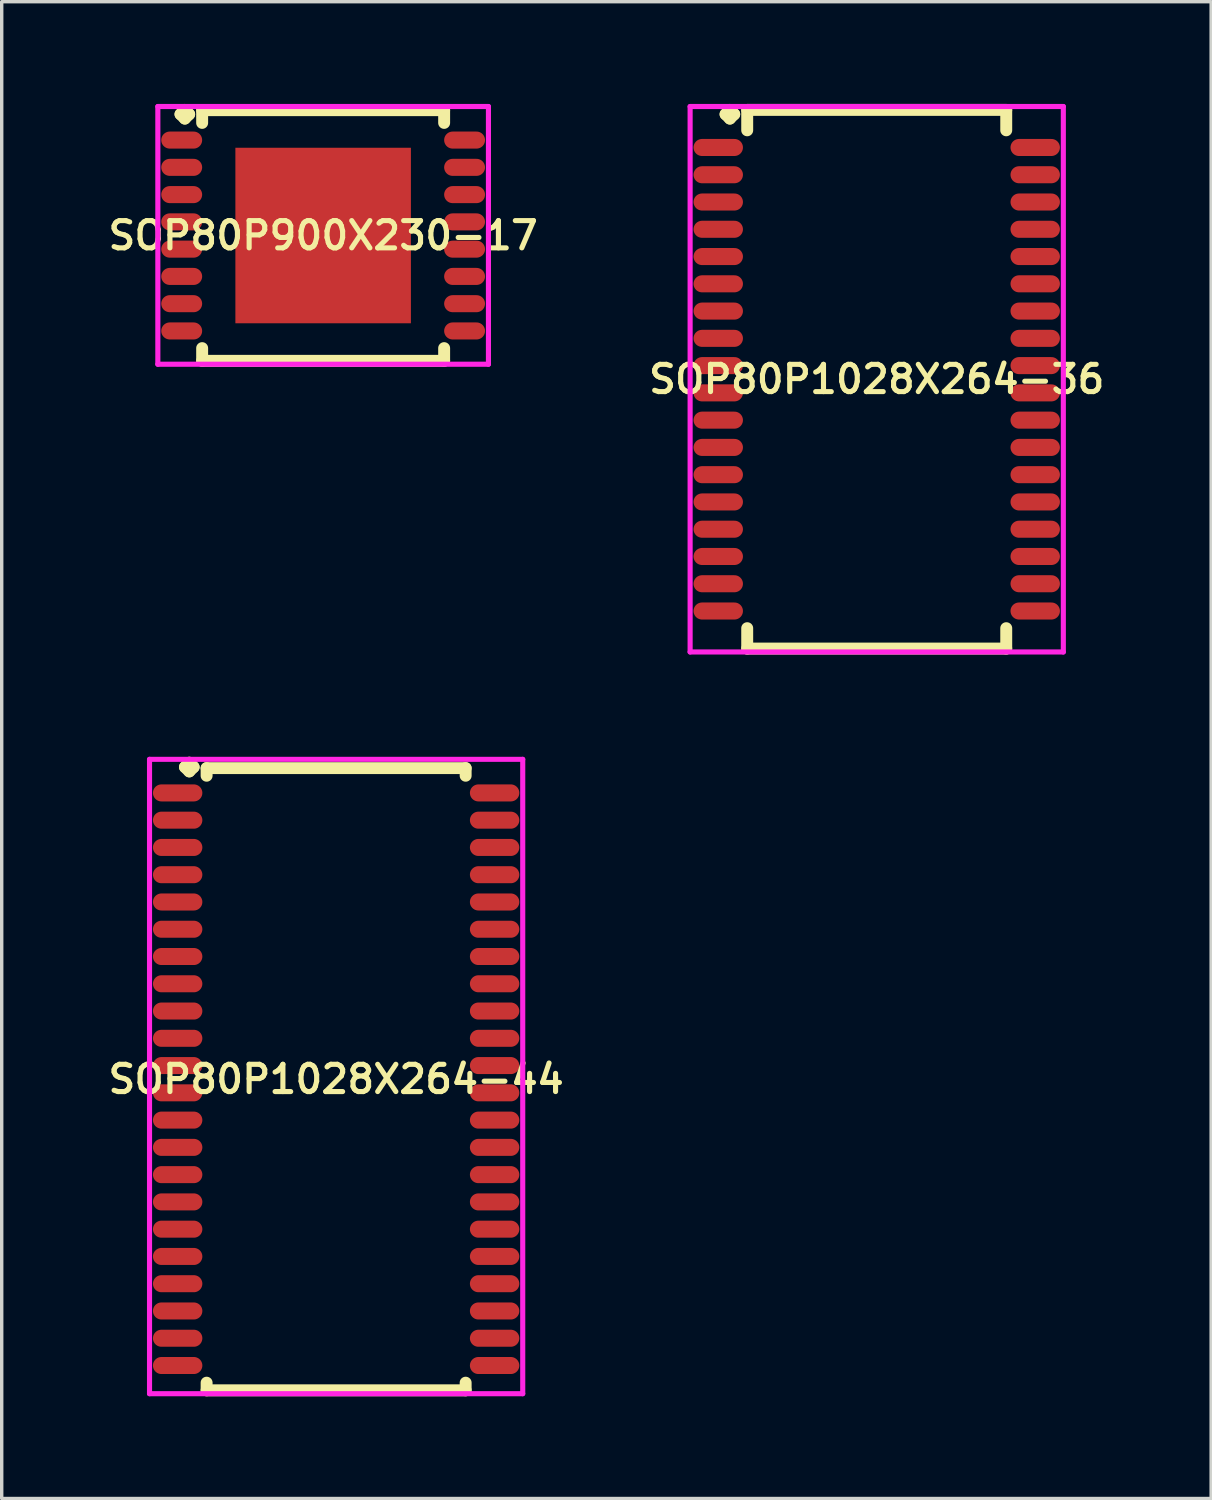
<source format=kicad_pcb>
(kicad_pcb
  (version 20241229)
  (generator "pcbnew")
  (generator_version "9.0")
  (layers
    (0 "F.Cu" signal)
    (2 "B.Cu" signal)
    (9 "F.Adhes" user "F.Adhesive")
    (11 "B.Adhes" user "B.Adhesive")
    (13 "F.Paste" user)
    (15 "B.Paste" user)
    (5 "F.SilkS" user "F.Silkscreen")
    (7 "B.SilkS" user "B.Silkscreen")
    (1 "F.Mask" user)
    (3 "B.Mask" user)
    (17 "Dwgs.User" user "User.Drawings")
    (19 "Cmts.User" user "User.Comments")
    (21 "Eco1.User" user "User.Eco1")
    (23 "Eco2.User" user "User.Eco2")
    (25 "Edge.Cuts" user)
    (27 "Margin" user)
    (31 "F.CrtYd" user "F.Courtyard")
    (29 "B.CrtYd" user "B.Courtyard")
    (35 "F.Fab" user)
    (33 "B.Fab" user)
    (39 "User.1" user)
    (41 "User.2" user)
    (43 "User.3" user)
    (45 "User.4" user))
  (footprint "SOP80P900X230-17"
    (layer "F.Cu")
    (at 6.431 3.86)
    (property "Reference" "SOP80P900X230-17" (at 0 0 0) (layer "F.SilkS") (effects (font (size 0.8 0.8) (thickness 0.15))))
    (attr through_hole)
    (fp_line (start -4.185 -3.558) (end -4.058 -3.685) (stroke (width 0.35) (type solid)) (layer "F.SilkS"))
    (fp_line (start -4.058 -3.685) (end -3.931 -3.558) (stroke (width 0.35) (type solid)) (layer "F.SilkS"))
    (fp_line (start -4.058 -3.431) (end -4.185 -3.558) (stroke (width 0.35) (type solid)) (layer "F.SilkS"))
    (fp_line (start -3.931 -3.558) (end -4.058 -3.431) (stroke (width 0.35) (type solid)) (layer "F.SilkS"))
    (fp_line (start -3.55 -3.677) (end 3.55 -3.677) (stroke (width 0.35) (type solid)) (layer "F.SilkS"))
    (fp_line (start -3.55 -3.304) (end -3.55 -3.677) (stroke (width 0.35) (type solid)) (layer "F.SilkS"))
    (fp_line (start -3.55 3.304) (end -3.55 3.677) (stroke (width 0.35) (type solid)) (layer "F.SilkS"))
    (fp_line (start -3.55 3.677) (end 3.55 3.677) (stroke (width 0.35) (type solid)) (layer "F.SilkS"))
    (fp_line (start 3.55 -3.677) (end 3.55 -3.304) (stroke (width 0.35) (type solid)) (layer "F.SilkS"))
    (fp_line (start 3.55 3.677) (end 3.55 3.304) (stroke (width 0.35) (type solid)) (layer "F.SilkS"))
    (fp_line (start -4.85 -3.785) (end 4.85 -3.785) (stroke (width 0.15) (type solid)) (layer "F.CrtYd"))
    (fp_line (start -4.85 3.777) (end -4.85 -3.785) (stroke (width 0.15) (type solid)) (layer "F.CrtYd"))
    (fp_line (start 4.85 -3.785) (end 4.85 3.777) (stroke (width 0.15) (type solid)) (layer "F.CrtYd"))
    (fp_line (start 4.85 3.777) (end -4.85 3.777) (stroke (width 0.15) (type solid)) (layer "F.CrtYd"))
    (pad "1" smd oval (at -4.15 -2.8) (size 1.2 0.5) (layers "F.Cu" "F.Mask" "F.Paste"))
    (pad "2" smd oval (at -4.15 -2) (size 1.2 0.5) (layers "F.Cu" "F.Mask" "F.Paste"))
    (pad "3" smd oval (at -4.15 -1.2) (size 1.2 0.5) (layers "F.Cu" "F.Mask" "F.Paste"))
    (pad "4" smd oval (at -4.15 -0.4) (size 1.2 0.5) (layers "F.Cu" "F.Mask" "F.Paste"))
    (pad "5" smd oval (at -4.15 0.4) (size 1.2 0.5) (layers "F.Cu" "F.Mask" "F.Paste"))
    (pad "6" smd oval (at -4.15 1.2) (size 1.2 0.5) (layers "F.Cu" "F.Mask" "F.Paste"))
    (pad "7" smd oval (at -4.15 2) (size 1.2 0.5) (layers "F.Cu" "F.Mask" "F.Paste"))
    (pad "8" smd oval (at -4.15 2.8) (size 1.2 0.5) (layers "F.Cu" "F.Mask" "F.Paste"))
    (pad "9" smd oval (at 4.15 2.8) (size 1.2 0.5) (layers "F.Cu" "F.Mask" "F.Paste"))
    (pad "10" smd oval (at 4.15 2) (size 1.2 0.5) (layers "F.Cu" "F.Mask" "F.Paste"))
    (pad "11" smd oval (at 4.15 1.2) (size 1.2 0.5) (layers "F.Cu" "F.Mask" "F.Paste"))
    (pad "12" smd oval (at 4.15 0.4) (size 1.2 0.5) (layers "F.Cu" "F.Mask" "F.Paste"))
    (pad "13" smd oval (at 4.15 -0.4) (size 1.2 0.5) (layers "F.Cu" "F.Mask" "F.Paste"))
    (pad "14" smd oval (at 4.15 -1.2) (size 1.2 0.5) (layers "F.Cu" "F.Mask" "F.Paste"))
    (pad "15" smd oval (at 4.15 -2) (size 1.2 0.5) (layers "F.Cu" "F.Mask" "F.Paste"))
    (pad "16" smd oval (at 4.15 -2.8) (size 1.2 0.5) (layers "F.Cu" "F.Mask" "F.Paste"))
    (pad "17" smd rect (at 0 0) (size 5.15 5.15) (layers "F.Cu" "F.Mask" "F.Paste")))
  (footprint "SOP80P1028X264-36"
    (layer "F.Cu")
    (at 22.673 8.077)
    (property "Reference" "SOP80P1028X264-36" (at 0 0 0) (layer "F.SilkS") (effects (font (size 0.8 0.8) (thickness 0.15))))
    (attr smd)
    (fp_line (start -4.435 -7.775) (end -4.308 -7.902) (stroke (width 0.35) (type solid)) (layer "F.SilkS"))
    (fp_line (start -4.308 -7.902) (end -4.181 -7.775) (stroke (width 0.35) (type solid)) (layer "F.SilkS"))
    (fp_line (start -4.308 -7.648) (end -4.435 -7.775) (stroke (width 0.35) (type solid)) (layer "F.SilkS"))
    (fp_line (start -4.181 -7.775) (end -4.308 -7.648) (stroke (width 0.35) (type solid)) (layer "F.SilkS"))
    (fp_line (start -3.8 -7.902) (end 3.8 -7.902) (stroke (width 0.35) (type solid)) (layer "F.SilkS"))
    (fp_line (start -3.8 -7.304) (end -3.8 -7.902) (stroke (width 0.35) (type solid)) (layer "F.SilkS"))
    (fp_line (start -3.8 7.304) (end -3.8 7.902) (stroke (width 0.35) (type solid)) (layer "F.SilkS"))
    (fp_line (start -3.8 7.902) (end 3.8 7.902) (stroke (width 0.35) (type solid)) (layer "F.SilkS"))
    (fp_line (start 3.8 -7.902) (end 3.8 -7.304) (stroke (width 0.35) (type solid)) (layer "F.SilkS"))
    (fp_line (start 3.8 7.902) (end 3.8 7.304) (stroke (width 0.35) (type solid)) (layer "F.SilkS"))
    (fp_line (start -5.475 -8.002) (end 5.475 -8.002) (stroke (width 0.15) (type solid)) (layer "F.CrtYd"))
    (fp_line (start -5.475 8.002) (end -5.475 -8.002) (stroke (width 0.15) (type solid)) (layer "F.CrtYd"))
    (fp_line (start 5.475 -8.002) (end 5.475 8.002) (stroke (width 0.15) (type solid)) (layer "F.CrtYd"))
    (fp_line (start 5.475 8.002) (end -5.475 8.002) (stroke (width 0.15) (type solid)) (layer "F.CrtYd"))
    (pad "1" smd oval (at -4.65 -6.8) (size 1.45 0.5) (layers "F.Cu" "F.Mask" "F.Paste"))
    (pad "2" smd oval (at -4.65 -6) (size 1.45 0.5) (layers "F.Cu" "F.Mask" "F.Paste"))
    (pad "3" smd oval (at -4.65 -5.2) (size 1.45 0.5) (layers "F.Cu" "F.Mask" "F.Paste"))
    (pad "4" smd oval (at -4.65 -4.4) (size 1.45 0.5) (layers "F.Cu" "F.Mask" "F.Paste"))
    (pad "5" smd oval (at -4.65 -3.6) (size 1.45 0.5) (layers "F.Cu" "F.Mask" "F.Paste"))
    (pad "6" smd oval (at -4.65 -2.8) (size 1.45 0.5) (layers "F.Cu" "F.Mask" "F.Paste"))
    (pad "7" smd oval (at -4.65 -2) (size 1.45 0.5) (layers "F.Cu" "F.Mask" "F.Paste"))
    (pad "8" smd oval (at -4.65 -1.2) (size 1.45 0.5) (layers "F.Cu" "F.Mask" "F.Paste"))
    (pad "9" smd oval (at -4.65 -0.4) (size 1.45 0.5) (layers "F.Cu" "F.Mask" "F.Paste"))
    (pad "10" smd oval (at -4.65 0.4) (size 1.45 0.5) (layers "F.Cu" "F.Mask" "F.Paste"))
    (pad "11" smd oval (at -4.65 1.2) (size 1.45 0.5) (layers "F.Cu" "F.Mask" "F.Paste"))
    (pad "12" smd oval (at -4.65 2) (size 1.45 0.5) (layers "F.Cu" "F.Mask" "F.Paste"))
    (pad "13" smd oval (at -4.65 2.8) (size 1.45 0.5) (layers "F.Cu" "F.Mask" "F.Paste"))
    (pad "14" smd oval (at -4.65 3.6) (size 1.45 0.5) (layers "F.Cu" "F.Mask" "F.Paste"))
    (pad "15" smd oval (at -4.65 4.4) (size 1.45 0.5) (layers "F.Cu" "F.Mask" "F.Paste"))
    (pad "16" smd oval (at -4.65 5.2) (size 1.45 0.5) (layers "F.Cu" "F.Mask" "F.Paste"))
    (pad "17" smd oval (at -4.65 6) (size 1.45 0.5) (layers "F.Cu" "F.Mask" "F.Paste"))
    (pad "18" smd oval (at -4.65 6.8) (size 1.45 0.5) (layers "F.Cu" "F.Mask" "F.Paste"))
    (pad "19" smd oval (at 4.65 6.8) (size 1.45 0.5) (layers "F.Cu" "F.Mask" "F.Paste"))
    (pad "20" smd oval (at 4.65 6) (size 1.45 0.5) (layers "F.Cu" "F.Mask" "F.Paste"))
    (pad "21" smd oval (at 4.65 5.2) (size 1.45 0.5) (layers "F.Cu" "F.Mask" "F.Paste"))
    (pad "22" smd oval (at 4.65 4.4) (size 1.45 0.5) (layers "F.Cu" "F.Mask" "F.Paste"))
    (pad "23" smd oval (at 4.65 3.6) (size 1.45 0.5) (layers "F.Cu" "F.Mask" "F.Paste"))
    (pad "24" smd oval (at 4.65 2.8) (size 1.45 0.5) (layers "F.Cu" "F.Mask" "F.Paste"))
    (pad "25" smd oval (at 4.65 2) (size 1.45 0.5) (layers "F.Cu" "F.Mask" "F.Paste"))
    (pad "26" smd oval (at 4.65 1.2) (size 1.45 0.5) (layers "F.Cu" "F.Mask" "F.Paste"))
    (pad "27" smd oval (at 4.65 0.4) (size 1.45 0.5) (layers "F.Cu" "F.Mask" "F.Paste"))
    (pad "28" smd oval (at 4.65 -0.4) (size 1.45 0.5) (layers "F.Cu" "F.Mask" "F.Paste"))
    (pad "29" smd oval (at 4.65 -1.2) (size 1.45 0.5) (layers "F.Cu" "F.Mask" "F.Paste"))
    (pad "30" smd oval (at 4.65 -2) (size 1.45 0.5) (layers "F.Cu" "F.Mask" "F.Paste"))
    (pad "31" smd oval (at 4.65 -2.8) (size 1.45 0.5) (layers "F.Cu" "F.Mask" "F.Paste"))
    (pad "32" smd oval (at 4.65 -3.6) (size 1.45 0.5) (layers "F.Cu" "F.Mask" "F.Paste"))
    (pad "33" smd oval (at 4.65 -4.4) (size 1.45 0.5) (layers "F.Cu" "F.Mask" "F.Paste"))
    (pad "34" smd oval (at 4.65 -5.2) (size 1.45 0.5) (layers "F.Cu" "F.Mask" "F.Paste"))
    (pad "35" smd oval (at 4.65 -6) (size 1.45 0.5) (layers "F.Cu" "F.Mask" "F.Paste"))
    (pad "36" smd oval (at 4.65 -6.8) (size 1.45 0.5) (layers "F.Cu" "F.Mask" "F.Paste")))
  (footprint "SOP80P1028X264-44"
    (layer "F.Cu")
    (at 6.812 28.614)
    (property "Reference" "SOP80P1028X264-44" (at 0 0 0) (layer "F.SilkS") (effects (font (size 0.8 0.8) (thickness 0.15))))
    (attr smd)
    (fp_line (start -4.435 -9.158) (end -4.308 -9.285) (stroke (width 0.35) (type solid)) (layer "F.SilkS"))
    (fp_line (start -4.308 -9.285) (end -4.181 -9.158) (stroke (width 0.35) (type solid)) (layer "F.SilkS"))
    (fp_line (start -4.308 -9.031) (end -4.435 -9.158) (stroke (width 0.35) (type solid)) (layer "F.SilkS"))
    (fp_line (start -4.181 -9.158) (end -4.308 -9.031) (stroke (width 0.35) (type solid)) (layer "F.SilkS"))
    (fp_line (start -3.8 -9.127) (end 3.8 -9.127) (stroke (width 0.35) (type solid)) (layer "F.SilkS"))
    (fp_line (start -3.8 -8.904) (end -3.8 -9.127) (stroke (width 0.35) (type solid)) (layer "F.SilkS"))
    (fp_line (start -3.8 8.904) (end -3.8 9.127) (stroke (width 0.35) (type solid)) (layer "F.SilkS"))
    (fp_line (start -3.8 9.127) (end 3.8 9.127) (stroke (width 0.35) (type solid)) (layer "F.SilkS"))
    (fp_line (start 3.8 -9.127) (end 3.8 -8.904) (stroke (width 0.35) (type solid)) (layer "F.SilkS"))
    (fp_line (start 3.8 9.127) (end 3.8 8.904) (stroke (width 0.35) (type solid)) (layer "F.SilkS"))
    (fp_line (start -5.475 -9.385) (end 5.475 -9.385) (stroke (width 0.15) (type solid)) (layer "F.CrtYd"))
    (fp_line (start -5.475 9.227) (end -5.475 -9.385) (stroke (width 0.15) (type solid)) (layer "F.CrtYd"))
    (fp_line (start 5.475 -9.385) (end 5.475 9.227) (stroke (width 0.15) (type solid)) (layer "F.CrtYd"))
    (fp_line (start 5.475 9.227) (end -5.475 9.227) (stroke (width 0.15) (type solid)) (layer "F.CrtYd"))
    (pad "1" smd oval (at -4.65 -8.4) (size 1.45 0.5) (layers "F.Cu" "F.Mask" "F.Paste"))
    (pad "2" smd oval (at -4.65 -7.6) (size 1.45 0.5) (layers "F.Cu" "F.Mask" "F.Paste"))
    (pad "3" smd oval (at -4.65 -6.8) (size 1.45 0.5) (layers "F.Cu" "F.Mask" "F.Paste"))
    (pad "4" smd oval (at -4.65 -6) (size 1.45 0.5) (layers "F.Cu" "F.Mask" "F.Paste"))
    (pad "5" smd oval (at -4.65 -5.2) (size 1.45 0.5) (layers "F.Cu" "F.Mask" "F.Paste"))
    (pad "6" smd oval (at -4.65 -4.4) (size 1.45 0.5) (layers "F.Cu" "F.Mask" "F.Paste"))
    (pad "7" smd oval (at -4.65 -3.6) (size 1.45 0.5) (layers "F.Cu" "F.Mask" "F.Paste"))
    (pad "8" smd oval (at -4.65 -2.8) (size 1.45 0.5) (layers "F.Cu" "F.Mask" "F.Paste"))
    (pad "9" smd oval (at -4.65 -2) (size 1.45 0.5) (layers "F.Cu" "F.Mask" "F.Paste"))
    (pad "10" smd oval (at -4.65 -1.2) (size 1.45 0.5) (layers "F.Cu" "F.Mask" "F.Paste"))
    (pad "11" smd oval (at -4.65 -0.4) (size 1.45 0.5) (layers "F.Cu" "F.Mask" "F.Paste"))
    (pad "12" smd oval (at -4.65 0.4) (size 1.45 0.5) (layers "F.Cu" "F.Mask" "F.Paste"))
    (pad "13" smd oval (at -4.65 1.2) (size 1.45 0.5) (layers "F.Cu" "F.Mask" "F.Paste"))
    (pad "14" smd oval (at -4.65 2) (size 1.45 0.5) (layers "F.Cu" "F.Mask" "F.Paste"))
    (pad "15" smd oval (at -4.65 2.8) (size 1.45 0.5) (layers "F.Cu" "F.Mask" "F.Paste"))
    (pad "16" smd oval (at -4.65 3.6) (size 1.45 0.5) (layers "F.Cu" "F.Mask" "F.Paste"))
    (pad "17" smd oval (at -4.65 4.4) (size 1.45 0.5) (layers "F.Cu" "F.Mask" "F.Paste"))
    (pad "18" smd oval (at -4.65 5.2) (size 1.45 0.5) (layers "F.Cu" "F.Mask" "F.Paste"))
    (pad "19" smd oval (at -4.65 6) (size 1.45 0.5) (layers "F.Cu" "F.Mask" "F.Paste"))
    (pad "20" smd oval (at -4.65 6.8) (size 1.45 0.5) (layers "F.Cu" "F.Mask" "F.Paste"))
    (pad "21" smd oval (at -4.65 7.6) (size 1.45 0.5) (layers "F.Cu" "F.Mask" "F.Paste"))
    (pad "22" smd oval (at -4.65 8.4) (size 1.45 0.5) (layers "F.Cu" "F.Mask" "F.Paste"))
    (pad "23" smd oval (at 4.65 8.4) (size 1.45 0.5) (layers "F.Cu" "F.Mask" "F.Paste"))
    (pad "24" smd oval (at 4.65 7.6) (size 1.45 0.5) (layers "F.Cu" "F.Mask" "F.Paste"))
    (pad "25" smd oval (at 4.65 6.8) (size 1.45 0.5) (layers "F.Cu" "F.Mask" "F.Paste"))
    (pad "26" smd oval (at 4.65 6) (size 1.45 0.5) (layers "F.Cu" "F.Mask" "F.Paste"))
    (pad "27" smd oval (at 4.65 5.2) (size 1.45 0.5) (layers "F.Cu" "F.Mask" "F.Paste"))
    (pad "28" smd oval (at 4.65 4.4) (size 1.45 0.5) (layers "F.Cu" "F.Mask" "F.Paste"))
    (pad "29" smd oval (at 4.65 3.6) (size 1.45 0.5) (layers "F.Cu" "F.Mask" "F.Paste"))
    (pad "30" smd oval (at 4.65 2.8) (size 1.45 0.5) (layers "F.Cu" "F.Mask" "F.Paste"))
    (pad "31" smd oval (at 4.65 2) (size 1.45 0.5) (layers "F.Cu" "F.Mask" "F.Paste"))
    (pad "32" smd oval (at 4.65 1.2) (size 1.45 0.5) (layers "F.Cu" "F.Mask" "F.Paste"))
    (pad "33" smd oval (at 4.65 0.4) (size 1.45 0.5) (layers "F.Cu" "F.Mask" "F.Paste"))
    (pad "34" smd oval (at 4.65 -0.4) (size 1.45 0.5) (layers "F.Cu" "F.Mask" "F.Paste"))
    (pad "35" smd oval (at 4.65 -1.2) (size 1.45 0.5) (layers "F.Cu" "F.Mask" "F.Paste"))
    (pad "36" smd oval (at 4.65 -2) (size 1.45 0.5) (layers "F.Cu" "F.Mask" "F.Paste"))
    (pad "37" smd oval (at 4.65 -2.8) (size 1.45 0.5) (layers "F.Cu" "F.Mask" "F.Paste"))
    (pad "38" smd oval (at 4.65 -3.6) (size 1.45 0.5) (layers "F.Cu" "F.Mask" "F.Paste"))
    (pad "39" smd oval (at 4.65 -4.4) (size 1.45 0.5) (layers "F.Cu" "F.Mask" "F.Paste"))
    (pad "40" smd oval (at 4.65 -5.2) (size 1.45 0.5) (layers "F.Cu" "F.Mask" "F.Paste"))
    (pad "41" smd oval (at 4.65 -6) (size 1.45 0.5) (layers "F.Cu" "F.Mask" "F.Paste"))
    (pad "42" smd oval (at 4.65 -6.8) (size 1.45 0.5) (layers "F.Cu" "F.Mask" "F.Paste"))
    (pad "43" smd oval (at 4.65 -7.6) (size 1.45 0.5) (layers "F.Cu" "F.Mask" "F.Paste"))
    (pad "44" smd oval (at 4.65 -8.4) (size 1.45 0.5) (layers "F.Cu" "F.Mask" "F.Paste")))
  (gr_rect
    (start -3 -3)
    (end 32.485 40.916)
    (stroke (width 0.1) (type default))
    (fill no)
    (layer "Edge.Cuts")))
</source>
